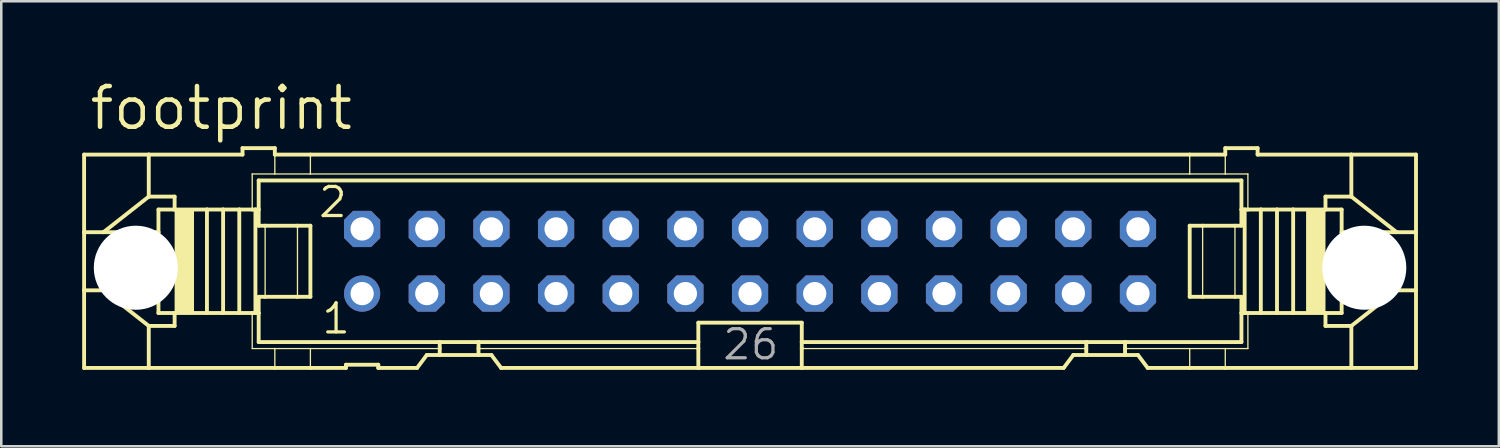
<source format=kicad_pcb>
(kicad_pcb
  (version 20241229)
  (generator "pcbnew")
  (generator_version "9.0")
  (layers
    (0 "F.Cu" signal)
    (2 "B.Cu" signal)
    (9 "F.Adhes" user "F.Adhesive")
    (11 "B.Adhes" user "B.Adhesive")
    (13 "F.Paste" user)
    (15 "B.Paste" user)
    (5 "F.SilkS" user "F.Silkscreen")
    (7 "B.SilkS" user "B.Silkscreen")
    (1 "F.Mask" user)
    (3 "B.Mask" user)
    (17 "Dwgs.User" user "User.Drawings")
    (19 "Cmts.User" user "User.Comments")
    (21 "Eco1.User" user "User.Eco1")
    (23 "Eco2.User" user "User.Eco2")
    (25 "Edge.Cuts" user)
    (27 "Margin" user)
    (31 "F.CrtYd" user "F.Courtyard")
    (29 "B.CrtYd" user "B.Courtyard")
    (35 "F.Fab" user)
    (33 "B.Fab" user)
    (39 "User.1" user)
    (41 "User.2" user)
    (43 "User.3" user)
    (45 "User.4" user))
  (footprint "footprint"
    (layer "F.Cu")
    (at 26.416 7.214)
    (property "Reference" "footprint" (at -26.035 -5.08 0) (layer "F.SilkS") (effects (font (size 1.6 1.6) (thickness 0.178)) (justify left bottom)))
    (fp_line (start -26.162 -4.191) (end -26.162 -1.143) (stroke (width 0.152) (type solid)) (layer "F.SilkS"))
    (fp_line (start -26.162 -4.191) (end -23.622 -4.191) (stroke (width 0.152) (type solid)) (layer "F.SilkS"))
    (fp_line (start -26.162 -1.143) (end -26.162 1.143) (stroke (width 0.152) (type solid)) (layer "F.SilkS"))
    (fp_line (start -26.162 -1.143) (end -25.4 -1.143) (stroke (width 0.152) (type solid)) (layer "F.SilkS"))
    (fp_line (start -26.162 1.143) (end -26.162 4.191) (stroke (width 0.152) (type solid)) (layer "F.SilkS"))
    (fp_line (start -26.162 1.143) (end -25.4 1.143) (stroke (width 0.152) (type solid)) (layer "F.SilkS"))
    (fp_line (start -25.4 -1.143) (end -23.241 -1.143) (stroke (width 0.152) (type solid)) (layer "F.SilkS"))
    (fp_line (start -25.4 1.143) (end -23.241 1.143) (stroke (width 0.152) (type solid)) (layer "F.SilkS"))
    (fp_line (start -23.622 -4.191) (end -23.622 -2.54) (stroke (width 0.152) (type solid)) (layer "F.SilkS"))
    (fp_line (start -23.622 -2.54) (end -25.4 -1.143) (stroke (width 0.152) (type solid)) (layer "F.SilkS"))
    (fp_line (start -23.622 2.54) (end -25.4 1.143) (stroke (width 0.152) (type solid)) (layer "F.SilkS"))
    (fp_line (start -23.622 2.54) (end -23.622 4.191) (stroke (width 0.152) (type solid)) (layer "F.SilkS"))
    (fp_line (start -23.622 4.191) (end -26.162 4.191) (stroke (width 0.152) (type solid)) (layer "F.SilkS"))
    (fp_line (start -23.241 -1.143) (end -23.241 -2.032) (stroke (width 0.152) (type solid)) (layer "F.SilkS"))
    (fp_line (start -23.241 1.143) (end -23.241 -1.143) (stroke (width 0.152) (type solid)) (layer "F.SilkS"))
    (fp_line (start -23.241 2.032) (end -23.241 1.143) (stroke (width 0.152) (type solid)) (layer "F.SilkS"))
    (fp_line (start -22.606 -2.54) (end -23.622 -2.54) (stroke (width 0.152) (type solid)) (layer "F.SilkS"))
    (fp_line (start -22.606 -2.54) (end -22.606 -2.032) (stroke (width 0.152) (type solid)) (layer "F.SilkS"))
    (fp_line (start -22.606 -2.032) (end -23.241 -2.032) (stroke (width 0.152) (type solid)) (layer "F.SilkS"))
    (fp_line (start -22.606 2.032) (end -23.241 2.032) (stroke (width 0.152) (type solid)) (layer "F.SilkS"))
    (fp_line (start -22.606 2.032) (end -22.606 2.54) (stroke (width 0.152) (type solid)) (layer "F.SilkS"))
    (fp_line (start -22.606 2.54) (end -23.622 2.54) (stroke (width 0.152) (type solid)) (layer "F.SilkS"))
    (fp_line (start -21.336 -2.032) (end -22.606 -2.032) (stroke (width 0.152) (type solid)) (layer "F.SilkS"))
    (fp_line (start -21.336 2.032) (end -22.606 2.032) (stroke (width 0.152) (type solid)) (layer "F.SilkS"))
    (fp_line (start -21.336 2.032) (end -21.336 -2.032) (stroke (width 0.152) (type solid)) (layer "F.SilkS"))
    (fp_line (start -20.701 -2.032) (end -21.336 -2.032) (stroke (width 0.152) (type solid)) (layer "F.SilkS"))
    (fp_line (start -20.701 2.032) (end -21.336 2.032) (stroke (width 0.152) (type solid)) (layer "F.SilkS"))
    (fp_line (start -20.701 2.032) (end -20.701 -2.032) (stroke (width 0.152) (type solid)) (layer "F.SilkS"))
    (fp_line (start -20.066 -2.032) (end -20.701 -2.032) (stroke (width 0.152) (type solid)) (layer "F.SilkS"))
    (fp_line (start -20.066 2.032) (end -20.701 2.032) (stroke (width 0.152) (type solid)) (layer "F.SilkS"))
    (fp_line (start -20.066 2.032) (end -20.066 -2.032) (stroke (width 0.152) (type solid)) (layer "F.SilkS"))
    (fp_line (start -19.939 -4.445) (end -19.939 -4.191) (stroke (width 0.152) (type solid)) (layer "F.SilkS"))
    (fp_line (start -19.939 -4.445) (end -18.669 -4.445) (stroke (width 0.152) (type solid)) (layer "F.SilkS"))
    (fp_line (start -19.939 -4.191) (end -23.622 -4.191) (stroke (width 0.152) (type solid)) (layer "F.SilkS"))
    (fp_line (start -19.558 -3.429) (end -19.558 -2.032) (stroke (width 0.051) (type solid)) (layer "F.SilkS"))
    (fp_line (start -19.558 -2.032) (end -20.066 -2.032) (stroke (width 0.152) (type solid)) (layer "F.SilkS"))
    (fp_line (start -19.558 2.032) (end -20.066 2.032) (stroke (width 0.152) (type solid)) (layer "F.SilkS"))
    (fp_line (start -19.558 3.429) (end -19.558 2.032) (stroke (width 0.051) (type solid)) (layer "F.SilkS"))
    (fp_line (start -19.431 -2.032) (end -19.558 -2.032) (stroke (width 0.152) (type solid)) (layer "F.SilkS"))
    (fp_line (start -19.431 2.032) (end -19.558 2.032) (stroke (width 0.152) (type solid)) (layer "F.SilkS"))
    (fp_line (start -19.431 2.032) (end -19.431 -2.032) (stroke (width 0.152) (type solid)) (layer "F.SilkS"))
    (fp_line (start -19.304 -3.175) (end 19.304 -3.175) (stroke (width 0.152) (type solid)) (layer "F.SilkS"))
    (fp_line (start -19.304 -2.032) (end -19.431 -2.032) (stroke (width 0.152) (type solid)) (layer "F.SilkS"))
    (fp_line (start -19.304 -2.032) (end -19.304 -3.175) (stroke (width 0.152) (type solid)) (layer "F.SilkS"))
    (fp_line (start -19.304 -1.397) (end -19.304 -2.032) (stroke (width 0.152) (type solid)) (layer "F.SilkS"))
    (fp_line (start -19.304 -1.397) (end -19.05 -1.397) (stroke (width 0.152) (type solid)) (layer "F.SilkS"))
    (fp_line (start -19.304 2.032) (end -19.431 2.032) (stroke (width 0.152) (type solid)) (layer "F.SilkS"))
    (fp_line (start -19.304 2.032) (end -19.304 1.397) (stroke (width 0.152) (type solid)) (layer "F.SilkS"))
    (fp_line (start -19.304 3.175) (end -19.304 2.032) (stroke (width 0.152) (type solid)) (layer "F.SilkS"))
    (fp_line (start -19.05 -1.397) (end -17.78 -1.397) (stroke (width 0.152) (type solid)) (layer "F.SilkS"))
    (fp_line (start -19.05 1.397) (end -19.304 1.397) (stroke (width 0.152) (type solid)) (layer "F.SilkS"))
    (fp_line (start -19.05 1.397) (end -19.05 -1.397) (stroke (width 0.051) (type solid)) (layer "F.SilkS"))
    (fp_line (start -18.669 -4.445) (end -18.669 -4.191) (stroke (width 0.152) (type solid)) (layer "F.SilkS"))
    (fp_line (start -18.669 -3.429) (end -19.558 -3.429) (stroke (width 0.051) (type solid)) (layer "F.SilkS"))
    (fp_line (start -18.669 -3.429) (end -18.669 -4.191) (stroke (width 0.051) (type solid)) (layer "F.SilkS"))
    (fp_line (start -18.669 -3.429) (end -17.272 -3.429) (stroke (width 0.051) (type solid)) (layer "F.SilkS"))
    (fp_line (start -18.669 3.429) (end -19.558 3.429) (stroke (width 0.051) (type solid)) (layer "F.SilkS"))
    (fp_line (start -18.669 4.191) (end -23.622 4.191) (stroke (width 0.152) (type solid)) (layer "F.SilkS"))
    (fp_line (start -18.669 4.191) (end -18.669 3.429) (stroke (width 0.051) (type solid)) (layer "F.SilkS"))
    (fp_line (start -17.78 -1.397) (end -17.272 -1.397) (stroke (width 0.152) (type solid)) (layer "F.SilkS"))
    (fp_line (start -17.78 1.397) (end -19.05 1.397) (stroke (width 0.152) (type solid)) (layer "F.SilkS"))
    (fp_line (start -17.78 1.397) (end -17.78 -1.397) (stroke (width 0.051) (type solid)) (layer "F.SilkS"))
    (fp_line (start -17.272 -4.191) (end -18.669 -4.191) (stroke (width 0.152) (type solid)) (layer "F.SilkS"))
    (fp_line (start -17.272 -4.191) (end 17.272 -4.191) (stroke (width 0.152) (type solid)) (layer "F.SilkS"))
    (fp_line (start -17.272 -3.429) (end -17.272 -4.191) (stroke (width 0.051) (type solid)) (layer "F.SilkS"))
    (fp_line (start -17.272 -3.429) (end 17.272 -3.429) (stroke (width 0.051) (type solid)) (layer "F.SilkS"))
    (fp_line (start -17.272 1.397) (end -17.78 1.397) (stroke (width 0.152) (type solid)) (layer "F.SilkS"))
    (fp_line (start -17.272 1.397) (end -17.272 -1.397) (stroke (width 0.152) (type solid)) (layer "F.SilkS"))
    (fp_line (start -17.272 3.429) (end -18.669 3.429) (stroke (width 0.051) (type solid)) (layer "F.SilkS"))
    (fp_line (start -17.272 4.191) (end -18.669 4.191) (stroke (width 0.152) (type solid)) (layer "F.SilkS"))
    (fp_line (start -17.272 4.191) (end -17.272 3.429) (stroke (width 0.051) (type solid)) (layer "F.SilkS"))
    (fp_line (start -15.875 4.191) (end -17.272 4.191) (stroke (width 0.152) (type solid)) (layer "F.SilkS"))
    (fp_line (start -15.875 4.191) (end -15.875 4.064) (stroke (width 0.152) (type solid)) (layer "F.SilkS"))
    (fp_line (start -14.605 4.064) (end -15.875 4.064) (stroke (width 0.152) (type solid)) (layer "F.SilkS"))
    (fp_line (start -14.605 4.064) (end -14.605 4.191) (stroke (width 0.152) (type solid)) (layer "F.SilkS"))
    (fp_line (start -13.081 4.191) (end -14.605 4.191) (stroke (width 0.152) (type solid)) (layer "F.SilkS"))
    (fp_line (start -13.081 4.191) (end -12.7 3.683) (stroke (width 0.152) (type solid)) (layer "F.SilkS"))
    (fp_line (start -12.192 3.175) (end -19.304 3.175) (stroke (width 0.152) (type solid)) (layer "F.SilkS"))
    (fp_line (start -12.192 3.175) (end -12.192 3.429) (stroke (width 0.152) (type solid)) (layer "F.SilkS"))
    (fp_line (start -12.192 3.429) (end -17.272 3.429) (stroke (width 0.051) (type solid)) (layer "F.SilkS"))
    (fp_line (start -12.192 3.429) (end -12.192 3.683) (stroke (width 0.152) (type solid)) (layer "F.SilkS"))
    (fp_line (start -12.192 3.683) (end -12.7 3.683) (stroke (width 0.152) (type solid)) (layer "F.SilkS"))
    (fp_line (start -10.668 3.175) (end -12.192 3.175) (stroke (width 0.152) (type solid)) (layer "F.SilkS"))
    (fp_line (start -10.668 3.175) (end -10.668 3.429) (stroke (width 0.152) (type solid)) (layer "F.SilkS"))
    (fp_line (start -10.668 3.429) (end -10.668 3.683) (stroke (width 0.152) (type solid)) (layer "F.SilkS"))
    (fp_line (start -10.668 3.683) (end -12.192 3.683) (stroke (width 0.152) (type solid)) (layer "F.SilkS"))
    (fp_line (start -10.16 3.683) (end -10.668 3.683) (stroke (width 0.152) (type solid)) (layer "F.SilkS"))
    (fp_line (start -10.16 3.683) (end -9.779 4.191) (stroke (width 0.152) (type solid)) (layer "F.SilkS"))
    (fp_line (start -2.032 3.175) (end -10.668 3.175) (stroke (width 0.152) (type solid)) (layer "F.SilkS"))
    (fp_line (start -2.032 3.175) (end -2.032 2.413) (stroke (width 0.152) (type solid)) (layer "F.SilkS"))
    (fp_line (start -2.032 3.175) (end -2.032 3.429) (stroke (width 0.152) (type solid)) (layer "F.SilkS"))
    (fp_line (start -2.032 3.429) (end -10.668 3.429) (stroke (width 0.051) (type solid)) (layer "F.SilkS"))
    (fp_line (start -2.032 3.429) (end -2.032 4.191) (stroke (width 0.152) (type solid)) (layer "F.SilkS"))
    (fp_line (start -2.032 4.191) (end -9.779 4.191) (stroke (width 0.152) (type solid)) (layer "F.SilkS"))
    (fp_line (start 2.032 2.413) (end -2.032 2.413) (stroke (width 0.152) (type solid)) (layer "F.SilkS"))
    (fp_line (start 2.032 2.413) (end 2.032 3.175) (stroke (width 0.152) (type solid)) (layer "F.SilkS"))
    (fp_line (start 2.032 3.175) (end 2.032 3.429) (stroke (width 0.152) (type solid)) (layer "F.SilkS"))
    (fp_line (start 2.032 3.429) (end 2.032 4.191) (stroke (width 0.152) (type solid)) (layer "F.SilkS"))
    (fp_line (start 2.032 4.191) (end -2.032 4.191) (stroke (width 0.152) (type solid)) (layer "F.SilkS"))
    (fp_line (start 12.319 4.191) (end 2.032 4.191) (stroke (width 0.152) (type solid)) (layer "F.SilkS"))
    (fp_line (start 12.319 4.191) (end 12.7 3.683) (stroke (width 0.152) (type solid)) (layer "F.SilkS"))
    (fp_line (start 13.208 3.175) (end 2.032 3.175) (stroke (width 0.152) (type solid)) (layer "F.SilkS"))
    (fp_line (start 13.208 3.175) (end 13.208 3.429) (stroke (width 0.152) (type solid)) (layer "F.SilkS"))
    (fp_line (start 13.208 3.429) (end 2.032 3.429) (stroke (width 0.051) (type solid)) (layer "F.SilkS"))
    (fp_line (start 13.208 3.429) (end 13.208 3.683) (stroke (width 0.152) (type solid)) (layer "F.SilkS"))
    (fp_line (start 13.208 3.683) (end 12.7 3.683) (stroke (width 0.152) (type solid)) (layer "F.SilkS"))
    (fp_line (start 14.732 3.175) (end 13.208 3.175) (stroke (width 0.152) (type solid)) (layer "F.SilkS"))
    (fp_line (start 14.732 3.175) (end 14.732 3.429) (stroke (width 0.152) (type solid)) (layer "F.SilkS"))
    (fp_line (start 14.732 3.429) (end 14.732 3.683) (stroke (width 0.152) (type solid)) (layer "F.SilkS"))
    (fp_line (start 14.732 3.429) (end 17.272 3.429) (stroke (width 0.051) (type solid)) (layer "F.SilkS"))
    (fp_line (start 14.732 3.683) (end 13.208 3.683) (stroke (width 0.152) (type solid)) (layer "F.SilkS"))
    (fp_line (start 15.24 3.683) (end 14.732 3.683) (stroke (width 0.152) (type solid)) (layer "F.SilkS"))
    (fp_line (start 15.24 3.683) (end 15.621 4.191) (stroke (width 0.152) (type solid)) (layer "F.SilkS"))
    (fp_line (start 17.272 -4.191) (end 17.272 -3.429) (stroke (width 0.051) (type solid)) (layer "F.SilkS"))
    (fp_line (start 17.272 -4.191) (end 18.669 -4.191) (stroke (width 0.152) (type solid)) (layer "F.SilkS"))
    (fp_line (start 17.272 -1.397) (end 17.272 1.397) (stroke (width 0.152) (type solid)) (layer "F.SilkS"))
    (fp_line (start 17.272 -1.397) (end 17.78 -1.397) (stroke (width 0.152) (type solid)) (layer "F.SilkS"))
    (fp_line (start 17.272 3.429) (end 17.272 4.191) (stroke (width 0.051) (type solid)) (layer "F.SilkS"))
    (fp_line (start 17.272 3.429) (end 18.669 3.429) (stroke (width 0.051) (type solid)) (layer "F.SilkS"))
    (fp_line (start 17.272 4.191) (end 15.621 4.191) (stroke (width 0.152) (type solid)) (layer "F.SilkS"))
    (fp_line (start 17.78 -1.397) (end 17.78 1.397) (stroke (width 0.051) (type solid)) (layer "F.SilkS"))
    (fp_line (start 17.78 -1.397) (end 19.05 -1.397) (stroke (width 0.152) (type solid)) (layer "F.SilkS"))
    (fp_line (start 17.78 1.397) (end 17.272 1.397) (stroke (width 0.152) (type solid)) (layer "F.SilkS"))
    (fp_line (start 18.669 -4.191) (end 18.669 -4.445) (stroke (width 0.152) (type solid)) (layer "F.SilkS"))
    (fp_line (start 18.669 -4.191) (end 18.669 -3.429) (stroke (width 0.051) (type solid)) (layer "F.SilkS"))
    (fp_line (start 18.669 -3.429) (end 17.272 -3.429) (stroke (width 0.051) (type solid)) (layer "F.SilkS"))
    (fp_line (start 18.669 -3.429) (end 19.558 -3.429) (stroke (width 0.051) (type solid)) (layer "F.SilkS"))
    (fp_line (start 18.669 3.429) (end 18.669 4.191) (stroke (width 0.051) (type solid)) (layer "F.SilkS"))
    (fp_line (start 18.669 3.429) (end 19.558 3.429) (stroke (width 0.051) (type solid)) (layer "F.SilkS"))
    (fp_line (start 18.669 4.191) (end 17.272 4.191) (stroke (width 0.152) (type solid)) (layer "F.SilkS"))
    (fp_line (start 19.05 -1.397) (end 19.05 1.397) (stroke (width 0.051) (type solid)) (layer "F.SilkS"))
    (fp_line (start 19.05 -1.397) (end 19.304 -1.397) (stroke (width 0.152) (type solid)) (layer "F.SilkS"))
    (fp_line (start 19.05 1.397) (end 17.78 1.397) (stroke (width 0.152) (type solid)) (layer "F.SilkS"))
    (fp_line (start 19.304 -3.175) (end 19.304 -2.032) (stroke (width 0.152) (type solid)) (layer "F.SilkS"))
    (fp_line (start 19.304 -2.032) (end 19.304 -1.397) (stroke (width 0.152) (type solid)) (layer "F.SilkS"))
    (fp_line (start 19.304 -2.032) (end 19.431 -2.032) (stroke (width 0.152) (type solid)) (layer "F.SilkS"))
    (fp_line (start 19.304 1.397) (end 19.05 1.397) (stroke (width 0.152) (type solid)) (layer "F.SilkS"))
    (fp_line (start 19.304 1.397) (end 19.304 2.032) (stroke (width 0.152) (type solid)) (layer "F.SilkS"))
    (fp_line (start 19.304 2.032) (end 19.304 3.175) (stroke (width 0.152) (type solid)) (layer "F.SilkS"))
    (fp_line (start 19.304 2.032) (end 19.431 2.032) (stroke (width 0.152) (type solid)) (layer "F.SilkS"))
    (fp_line (start 19.304 3.175) (end 14.732 3.175) (stroke (width 0.152) (type solid)) (layer "F.SilkS"))
    (fp_line (start 19.431 -2.032) (end 19.431 2.032) (stroke (width 0.152) (type solid)) (layer "F.SilkS"))
    (fp_line (start 19.431 -2.032) (end 19.558 -2.032) (stroke (width 0.152) (type solid)) (layer "F.SilkS"))
    (fp_line (start 19.431 2.032) (end 19.558 2.032) (stroke (width 0.152) (type solid)) (layer "F.SilkS"))
    (fp_line (start 19.558 -3.429) (end 19.558 -2.032) (stroke (width 0.051) (type solid)) (layer "F.SilkS"))
    (fp_line (start 19.558 -2.032) (end 20.066 -2.032) (stroke (width 0.152) (type solid)) (layer "F.SilkS"))
    (fp_line (start 19.558 2.032) (end 20.066 2.032) (stroke (width 0.152) (type solid)) (layer "F.SilkS"))
    (fp_line (start 19.558 3.429) (end 19.558 2.032) (stroke (width 0.051) (type solid)) (layer "F.SilkS"))
    (fp_line (start 19.939 -4.445) (end 18.669 -4.445) (stroke (width 0.152) (type solid)) (layer "F.SilkS"))
    (fp_line (start 19.939 -4.191) (end 19.939 -4.445) (stroke (width 0.152) (type solid)) (layer "F.SilkS"))
    (fp_line (start 19.939 -4.191) (end 23.622 -4.191) (stroke (width 0.152) (type solid)) (layer "F.SilkS"))
    (fp_line (start 20.066 -2.032) (end 20.066 2.032) (stroke (width 0.152) (type solid)) (layer "F.SilkS"))
    (fp_line (start 20.066 -2.032) (end 20.701 -2.032) (stroke (width 0.152) (type solid)) (layer "F.SilkS"))
    (fp_line (start 20.066 2.032) (end 20.701 2.032) (stroke (width 0.152) (type solid)) (layer "F.SilkS"))
    (fp_line (start 20.701 -2.032) (end 20.701 2.032) (stroke (width 0.152) (type solid)) (layer "F.SilkS"))
    (fp_line (start 20.701 -2.032) (end 21.336 -2.032) (stroke (width 0.152) (type solid)) (layer "F.SilkS"))
    (fp_line (start 20.701 2.032) (end 21.336 2.032) (stroke (width 0.152) (type solid)) (layer "F.SilkS"))
    (fp_line (start 21.336 -2.032) (end 21.336 2.032) (stroke (width 0.152) (type solid)) (layer "F.SilkS"))
    (fp_line (start 21.336 -2.032) (end 22.606 -2.032) (stroke (width 0.152) (type solid)) (layer "F.SilkS"))
    (fp_line (start 21.336 2.032) (end 22.606 2.032) (stroke (width 0.152) (type solid)) (layer "F.SilkS"))
    (fp_line (start 22.606 -2.54) (end 23.622 -2.54) (stroke (width 0.152) (type solid)) (layer "F.SilkS"))
    (fp_line (start 22.606 -2.032) (end 22.606 -2.54) (stroke (width 0.152) (type solid)) (layer "F.SilkS"))
    (fp_line (start 22.606 -2.032) (end 23.241 -2.032) (stroke (width 0.152) (type solid)) (layer "F.SilkS"))
    (fp_line (start 22.606 2.032) (end 23.241 2.032) (stroke (width 0.152) (type solid)) (layer "F.SilkS"))
    (fp_line (start 22.606 2.54) (end 22.606 2.032) (stroke (width 0.152) (type solid)) (layer "F.SilkS"))
    (fp_line (start 22.606 2.54) (end 23.622 2.54) (stroke (width 0.152) (type solid)) (layer "F.SilkS"))
    (fp_line (start 23.241 -2.032) (end 23.241 -1.143) (stroke (width 0.152) (type solid)) (layer "F.SilkS"))
    (fp_line (start 23.241 -1.143) (end 23.241 1.143) (stroke (width 0.152) (type solid)) (layer "F.SilkS"))
    (fp_line (start 23.241 1.143) (end 23.241 2.032) (stroke (width 0.152) (type solid)) (layer "F.SilkS"))
    (fp_line (start 23.622 -4.191) (end 26.162 -4.191) (stroke (width 0.152) (type solid)) (layer "F.SilkS"))
    (fp_line (start 23.622 -2.54) (end 23.622 -4.191) (stroke (width 0.152) (type solid)) (layer "F.SilkS"))
    (fp_line (start 23.622 -2.54) (end 25.4 -1.143) (stroke (width 0.152) (type solid)) (layer "F.SilkS"))
    (fp_line (start 23.622 2.54) (end 25.4 1.143) (stroke (width 0.152) (type solid)) (layer "F.SilkS"))
    (fp_line (start 23.622 4.191) (end 18.669 4.191) (stroke (width 0.152) (type solid)) (layer "F.SilkS"))
    (fp_line (start 23.622 4.191) (end 23.622 2.54) (stroke (width 0.152) (type solid)) (layer "F.SilkS"))
    (fp_line (start 25.4 -1.143) (end 23.241 -1.143) (stroke (width 0.152) (type solid)) (layer "F.SilkS"))
    (fp_line (start 25.4 1.143) (end 23.241 1.143) (stroke (width 0.152) (type solid)) (layer "F.SilkS"))
    (fp_line (start 26.162 -1.143) (end 25.4 -1.143) (stroke (width 0.152) (type solid)) (layer "F.SilkS"))
    (fp_line (start 26.162 -1.143) (end 26.162 -4.191) (stroke (width 0.152) (type solid)) (layer "F.SilkS"))
    (fp_line (start 26.162 1.143) (end 25.4 1.143) (stroke (width 0.152) (type solid)) (layer "F.SilkS"))
    (fp_line (start 26.162 1.143) (end 26.162 -1.143) (stroke (width 0.152) (type solid)) (layer "F.SilkS"))
    (fp_line (start 26.162 4.191) (end 23.622 4.191) (stroke (width 0.152) (type solid)) (layer "F.SilkS"))
    (fp_line (start 26.162 4.191) (end 26.162 1.143) (stroke (width 0.152) (type solid)) (layer "F.SilkS"))
    (fp_poly (pts (xy -22.606 2.032) (xy -21.844 2.032) (xy -21.844 -2.032) (xy -22.606 -2.032)) (stroke (width 0) (type solid)) (fill yes) (layer "F.SilkS"))
    (fp_poly (pts (xy 21.844 2.032) (xy 22.606 2.032) (xy 22.606 -2.032) (xy 21.844 -2.032)) (stroke (width 0) (type solid)) (fill yes) (layer "F.SilkS"))
    (fp_poly (pts (xy -25.4 0.381) (xy -23.622 0.381) (xy -23.622 -0.381) (xy -25.4 -0.381)) (stroke (width 0.1) (type solid)) (fill no) (layer "F.Fab"))
    (fp_poly (pts (xy -15.494 -1.016) (xy -14.986 -1.016) (xy -14.986 -1.524) (xy -15.494 -1.524)) (stroke (width 0.1) (type solid)) (fill no) (layer "F.Fab"))
    (fp_poly (pts (xy -15.494 1.524) (xy -14.986 1.524) (xy -14.986 1.016) (xy -15.494 1.016)) (stroke (width 0.1) (type solid)) (fill no) (layer "F.Fab"))
    (fp_poly (pts (xy -12.954 -1.016) (xy -12.446 -1.016) (xy -12.446 -1.524) (xy -12.954 -1.524)) (stroke (width 0.1) (type solid)) (fill no) (layer "F.Fab"))
    (fp_poly (pts (xy -12.954 1.524) (xy -12.446 1.524) (xy -12.446 1.016) (xy -12.954 1.016)) (stroke (width 0.1) (type solid)) (fill no) (layer "F.Fab"))
    (fp_poly (pts (xy -10.414 -1.016) (xy -9.906 -1.016) (xy -9.906 -1.524) (xy -10.414 -1.524)) (stroke (width 0.1) (type solid)) (fill no) (layer "F.Fab"))
    (fp_poly (pts (xy -10.414 1.524) (xy -9.906 1.524) (xy -9.906 1.016) (xy -10.414 1.016)) (stroke (width 0.1) (type solid)) (fill no) (layer "F.Fab"))
    (fp_poly (pts (xy -7.874 -1.016) (xy -7.366 -1.016) (xy -7.366 -1.524) (xy -7.874 -1.524)) (stroke (width 0.1) (type solid)) (fill no) (layer "F.Fab"))
    (fp_poly (pts (xy -7.874 1.524) (xy -7.366 1.524) (xy -7.366 1.016) (xy -7.874 1.016)) (stroke (width 0.1) (type solid)) (fill no) (layer "F.Fab"))
    (fp_poly (pts (xy -5.334 -1.016) (xy -4.826 -1.016) (xy -4.826 -1.524) (xy -5.334 -1.524)) (stroke (width 0.1) (type solid)) (fill no) (layer "F.Fab"))
    (fp_poly (pts (xy -5.334 1.524) (xy -4.826 1.524) (xy -4.826 1.016) (xy -5.334 1.016)) (stroke (width 0.1) (type solid)) (fill no) (layer "F.Fab"))
    (fp_poly (pts (xy -2.794 -1.016) (xy -2.286 -1.016) (xy -2.286 -1.524) (xy -2.794 -1.524)) (stroke (width 0.1) (type solid)) (fill no) (layer "F.Fab"))
    (fp_poly (pts (xy -2.794 1.524) (xy -2.286 1.524) (xy -2.286 1.016) (xy -2.794 1.016)) (stroke (width 0.1) (type solid)) (fill no) (layer "F.Fab"))
    (fp_poly (pts (xy -0.254 -1.016) (xy 0.254 -1.016) (xy 0.254 -1.524) (xy -0.254 -1.524)) (stroke (width 0.1) (type solid)) (fill no) (layer "F.Fab"))
    (fp_poly (pts (xy -0.254 1.524) (xy 0.254 1.524) (xy 0.254 1.016) (xy -0.254 1.016)) (stroke (width 0.1) (type solid)) (fill no) (layer "F.Fab"))
    (fp_poly (pts (xy 2.286 -1.016) (xy 2.794 -1.016) (xy 2.794 -1.524) (xy 2.286 -1.524)) (stroke (width 0.1) (type solid)) (fill no) (layer "F.Fab"))
    (fp_poly (pts (xy 2.286 1.524) (xy 2.794 1.524) (xy 2.794 1.016) (xy 2.286 1.016)) (stroke (width 0.1) (type solid)) (fill no) (layer "F.Fab"))
    (fp_poly (pts (xy 4.826 -1.016) (xy 5.334 -1.016) (xy 5.334 -1.524) (xy 4.826 -1.524)) (stroke (width 0.1) (type solid)) (fill no) (layer "F.Fab"))
    (fp_poly (pts (xy 4.826 1.524) (xy 5.334 1.524) (xy 5.334 1.016) (xy 4.826 1.016)) (stroke (width 0.1) (type solid)) (fill no) (layer "F.Fab"))
    (fp_poly (pts (xy 7.366 -1.016) (xy 7.874 -1.016) (xy 7.874 -1.524) (xy 7.366 -1.524)) (stroke (width 0.1) (type solid)) (fill no) (layer "F.Fab"))
    (fp_poly (pts (xy 7.366 1.524) (xy 7.874 1.524) (xy 7.874 1.016) (xy 7.366 1.016)) (stroke (width 0.1) (type solid)) (fill no) (layer "F.Fab"))
    (fp_poly (pts (xy 9.906 -1.016) (xy 10.414 -1.016) (xy 10.414 -1.524) (xy 9.906 -1.524)) (stroke (width 0.1) (type solid)) (fill no) (layer "F.Fab"))
    (fp_poly (pts (xy 9.906 1.524) (xy 10.414 1.524) (xy 10.414 1.016) (xy 9.906 1.016)) (stroke (width 0.1) (type solid)) (fill no) (layer "F.Fab"))
    (fp_poly (pts (xy 12.446 -1.016) (xy 12.954 -1.016) (xy 12.954 -1.524) (xy 12.446 -1.524)) (stroke (width 0.1) (type solid)) (fill no) (layer "F.Fab"))
    (fp_poly (pts (xy 12.446 1.524) (xy 12.954 1.524) (xy 12.954 1.016) (xy 12.446 1.016)) (stroke (width 0.1) (type solid)) (fill no) (layer "F.Fab"))
    (fp_poly (pts (xy 14.986 -1.016) (xy 15.494 -1.016) (xy 15.494 -1.524) (xy 14.986 -1.524)) (stroke (width 0.1) (type solid)) (fill no) (layer "F.Fab"))
    (fp_poly (pts (xy 14.986 1.524) (xy 15.494 1.524) (xy 15.494 1.016) (xy 14.986 1.016)) (stroke (width 0.1) (type solid)) (fill no) (layer "F.Fab"))
    (fp_poly (pts (xy 23.622 0.381) (xy 25.4 0.381) (xy 25.4 -0.381) (xy 23.622 -0.381)) (stroke (width 0.1) (type solid)) (fill no) (layer "F.Fab"))
    (fp_text user "2" (at -17.018 -1.651 0) (layer "F.SilkS") (effects (font (size 1.143 1.143) (thickness 0.127)) (justify left bottom)))
    (fp_text user "1" (at -16.891 2.921 0) (layer "F.SilkS") (effects (font (size 1.143 1.143) (thickness 0.127)) (justify left bottom)))
    (fp_text user "26" (at -1.143 3.937 0) (layer "F.Fab") (effects (font (size 1.143 1.143) (thickness 0.127)) (justify left bottom)))
    (pad "" np_thru_hole circle (at -24.13 0.254) (size 3.302 3.302) (drill 3.302) (layers "*.Cu" "*.Mask"))
    (pad "" np_thru_hole circle (at 24.13 0.254) (size 3.302 3.302) (drill 3.302) (layers "*.Cu" "*.Mask"))
    (pad "1" thru_hole circle (at -15.24 1.27) (size 1.422 1.422) (drill 0.914) (layers "*.Cu" "*.Mask"))
    (pad "2" thru_hole roundrect (at -15.24 -1.27) (size 1.422 1.422) (drill 0.914) (layers "*.Cu" "*.Mask") (roundrect_rratio 0.25) (chamfer_ratio 0.25) (chamfer top_left top_right bottom_left bottom_right))
    (pad "3" thru_hole roundrect (at -12.7 1.27) (size 1.422 1.422) (drill 0.914) (layers "*.Cu" "*.Mask") (roundrect_rratio 0.25) (chamfer_ratio 0.25) (chamfer top_left top_right bottom_left bottom_right))
    (pad "4" thru_hole roundrect (at -12.7 -1.27) (size 1.422 1.422) (drill 0.914) (layers "*.Cu" "*.Mask") (roundrect_rratio 0.25) (chamfer_ratio 0.25) (chamfer top_left top_right bottom_left bottom_right))
    (pad "5" thru_hole roundrect (at -10.16 1.27) (size 1.422 1.422) (drill 0.914) (layers "*.Cu" "*.Mask") (roundrect_rratio 0.25) (chamfer_ratio 0.25) (chamfer top_left top_right bottom_left bottom_right))
    (pad "6" thru_hole roundrect (at -10.16 -1.27) (size 1.422 1.422) (drill 0.914) (layers "*.Cu" "*.Mask") (roundrect_rratio 0.25) (chamfer_ratio 0.25) (chamfer top_left top_right bottom_left bottom_right))
    (pad "7" thru_hole roundrect (at -7.62 1.27) (size 1.422 1.422) (drill 0.914) (layers "*.Cu" "*.Mask") (roundrect_rratio 0.25) (chamfer_ratio 0.25) (chamfer top_left top_right bottom_left bottom_right))
    (pad "8" thru_hole roundrect (at -7.62 -1.27) (size 1.422 1.422) (drill 0.914) (layers "*.Cu" "*.Mask") (roundrect_rratio 0.25) (chamfer_ratio 0.25) (chamfer top_left top_right bottom_left bottom_right))
    (pad "9" thru_hole roundrect (at -5.08 1.27) (size 1.422 1.422) (drill 0.914) (layers "*.Cu" "*.Mask") (roundrect_rratio 0.25) (chamfer_ratio 0.25) (chamfer top_left top_right bottom_left bottom_right))
    (pad "10" thru_hole roundrect (at -5.08 -1.27) (size 1.422 1.422) (drill 0.914) (layers "*.Cu" "*.Mask") (roundrect_rratio 0.25) (chamfer_ratio 0.25) (chamfer top_left top_right bottom_left bottom_right))
    (pad "11" thru_hole roundrect (at -2.54 1.27) (size 1.422 1.422) (drill 0.914) (layers "*.Cu" "*.Mask") (roundrect_rratio 0.25) (chamfer_ratio 0.25) (chamfer top_left top_right bottom_left bottom_right))
    (pad "12" thru_hole roundrect (at -2.54 -1.27) (size 1.422 1.422) (drill 0.914) (layers "*.Cu" "*.Mask") (roundrect_rratio 0.25) (chamfer_ratio 0.25) (chamfer top_left top_right bottom_left bottom_right))
    (pad "13" thru_hole roundrect (at 0 1.27) (size 1.422 1.422) (drill 0.914) (layers "*.Cu" "*.Mask") (roundrect_rratio 0.25) (chamfer_ratio 0.25) (chamfer top_left top_right bottom_left bottom_right))
    (pad "14" thru_hole roundrect (at 0 -1.27) (size 1.422 1.422) (drill 0.914) (layers "*.Cu" "*.Mask") (roundrect_rratio 0.25) (chamfer_ratio 0.25) (chamfer top_left top_right bottom_left bottom_right))
    (pad "15" thru_hole roundrect (at 2.54 1.27) (size 1.422 1.422) (drill 0.914) (layers "*.Cu" "*.Mask") (roundrect_rratio 0.25) (chamfer_ratio 0.25) (chamfer top_left top_right bottom_left bottom_right))
    (pad "16" thru_hole roundrect (at 2.54 -1.27) (size 1.422 1.422) (drill 0.914) (layers "*.Cu" "*.Mask") (roundrect_rratio 0.25) (chamfer_ratio 0.25) (chamfer top_left top_right bottom_left bottom_right))
    (pad "17" thru_hole roundrect (at 5.08 1.27) (size 1.422 1.422) (drill 0.914) (layers "*.Cu" "*.Mask") (roundrect_rratio 0.25) (chamfer_ratio 0.25) (chamfer top_left top_right bottom_left bottom_right))
    (pad "18" thru_hole roundrect (at 5.08 -1.27) (size 1.422 1.422) (drill 0.914) (layers "*.Cu" "*.Mask") (roundrect_rratio 0.25) (chamfer_ratio 0.25) (chamfer top_left top_right bottom_left bottom_right))
    (pad "19" thru_hole roundrect (at 7.62 1.27) (size 1.422 1.422) (drill 0.914) (layers "*.Cu" "*.Mask") (roundrect_rratio 0.25) (chamfer_ratio 0.25) (chamfer top_left top_right bottom_left bottom_right))
    (pad "20" thru_hole roundrect (at 7.62 -1.27) (size 1.422 1.422) (drill 0.914) (layers "*.Cu" "*.Mask") (roundrect_rratio 0.25) (chamfer_ratio 0.25) (chamfer top_left top_right bottom_left bottom_right))
    (pad "21" thru_hole roundrect (at 10.16 1.27) (size 1.422 1.422) (drill 0.914) (layers "*.Cu" "*.Mask") (roundrect_rratio 0.25) (chamfer_ratio 0.25) (chamfer top_left top_right bottom_left bottom_right))
    (pad "22" thru_hole roundrect (at 10.16 -1.27) (size 1.422 1.422) (drill 0.914) (layers "*.Cu" "*.Mask") (roundrect_rratio 0.25) (chamfer_ratio 0.25) (chamfer top_left top_right bottom_left bottom_right))
    (pad "23" thru_hole roundrect (at 12.7 1.27) (size 1.422 1.422) (drill 0.914) (layers "*.Cu" "*.Mask") (roundrect_rratio 0.25) (chamfer_ratio 0.25) (chamfer top_left top_right bottom_left bottom_right))
    (pad "24" thru_hole roundrect (at 12.7 -1.27) (size 1.422 1.422) (drill 0.914) (layers "*.Cu" "*.Mask") (roundrect_rratio 0.25) (chamfer_ratio 0.25) (chamfer top_left top_right bottom_left bottom_right))
    (pad "25" thru_hole roundrect (at 15.24 1.27) (size 1.422 1.422) (drill 0.914) (layers "*.Cu" "*.Mask") (roundrect_rratio 0.25) (chamfer_ratio 0.25) (chamfer top_left top_right bottom_left bottom_right))
    (pad "26" thru_hole roundrect (at 15.24 -1.27) (size 1.422 1.422) (drill 0.914) (layers "*.Cu" "*.Mask") (roundrect_rratio 0.25) (chamfer_ratio 0.25) (chamfer top_left top_right bottom_left bottom_right))
    (zone (net_name "") (layers "F.Cu" "B.Cu") (hatch edge 0.508) (connect_pads) (min_thickness 0.254) (filled_areas_thickness no) (keepout (tracks allowed) (vias not_allowed) (pads allowed) (copperpour allowed) (footprints allowed)) (placement (enabled no)) (fill) (polygon (pts (xy 4.572 7.468) (xy 4.537 7.071) (xy 4.434 6.686) (xy 4.266 6.325) (xy 4.037 5.998) (xy 3.755 5.716) (xy 3.429 5.488) (xy 3.068 5.319) (xy 2.683 5.216) (xy 2.286 5.182) (xy 1.889 5.216) (xy 1.504 5.319) (xy 1.143 5.488) (xy 0.817 5.716) (xy 0.535 5.998) (xy 0.306 6.325) (xy 0.138 6.686) (xy 0.035 7.071) (xy 0 7.468) (xy 0.035 7.865) (xy 0.138 8.249) (xy 0.306 8.611) (xy 0.535 8.937) (xy 0.817 9.219) (xy 1.143 9.447) (xy 1.504 9.616) (xy 1.889 9.719) (xy 2.286 9.754) (xy 2.683 9.719) (xy 3.068 9.616) (xy 3.429 9.447) (xy 3.755 9.219) (xy 4.037 8.937) (xy 4.266 8.611) (xy 4.434 8.249) (xy 4.537 7.865))))
    (zone (net_name "") (layers "F.Cu" "B.Cu") (hatch edge 0.508) (connect_pads) (min_thickness 0.254) (filled_areas_thickness no) (keepout (tracks allowed) (vias not_allowed) (pads allowed) (copperpour allowed) (footprints allowed)) (placement (enabled no)) (fill) (polygon (pts (xy 52.832 7.468) (xy 52.797 7.071) (xy 52.694 6.686) (xy 52.526 6.325) (xy 52.297 5.998) (xy 52.015 5.716) (xy 51.689 5.488) (xy 51.328 5.319) (xy 50.943 5.216) (xy 50.546 5.182) (xy 50.149 5.216) (xy 49.764 5.319) (xy 49.403 5.488) (xy 49.077 5.716) (xy 48.795 5.998) (xy 48.566 6.325) (xy 48.398 6.686) (xy 48.295 7.071) (xy 48.26 7.468) (xy 48.295 7.865) (xy 48.398 8.249) (xy 48.566 8.611) (xy 48.795 8.937) (xy 49.077 9.219) (xy 49.403 9.447) (xy 49.764 9.616) (xy 50.149 9.719) (xy 50.546 9.754) (xy 50.943 9.719) (xy 51.328 9.616) (xy 51.689 9.447) (xy 52.015 9.219) (xy 52.297 8.937) (xy 52.526 8.611) (xy 52.694 8.249) (xy 52.797 7.865))))
    (zone (net_name "") (layer "B.Cu") (hatch edge 0.508) (connect_pads) (min_thickness 0.254) (filled_areas_thickness no) (keepout (tracks not_allowed) (vias not_allowed) (pads not_allowed) (copperpour not_allowed) (footprints allowed)) (placement (enabled no)) (fill) (polygon (pts (xy 4.572 7.468) (xy 4.537 7.071) (xy 4.434 6.686) (xy 4.266 6.325) (xy 4.037 5.998) (xy 3.755 5.716) (xy 3.429 5.488) (xy 3.068 5.319) (xy 2.683 5.216) (xy 2.286 5.182) (xy 1.889 5.216) (xy 1.504 5.319) (xy 1.143 5.488) (xy 0.817 5.716) (xy 0.535 5.998) (xy 0.306 6.325) (xy 0.138 6.686) (xy 0.035 7.071) (xy 0 7.468) (xy 0.035 7.865) (xy 0.138 8.249) (xy 0.306 8.611) (xy 0.535 8.937) (xy 0.817 9.219) (xy 1.143 9.447) (xy 1.504 9.616) (xy 1.889 9.719) (xy 2.286 9.754) (xy 2.683 9.719) (xy 3.068 9.616) (xy 3.429 9.447) (xy 3.755 9.219) (xy 4.037 8.937) (xy 4.266 8.611) (xy 4.434 8.249) (xy 4.537 7.865))))
    (zone (net_name "") (layer "B.Cu") (hatch edge 0.508) (connect_pads) (min_thickness 0.254) (filled_areas_thickness no) (keepout (tracks not_allowed) (vias not_allowed) (pads not_allowed) (copperpour not_allowed) (footprints allowed)) (placement (enabled no)) (fill) (polygon (pts (xy 52.832 7.468) (xy 52.797 7.071) (xy 52.694 6.686) (xy 52.526 6.325) (xy 52.297 5.998) (xy 52.015 5.716) (xy 51.689 5.488) (xy 51.328 5.319) (xy 50.943 5.216) (xy 50.546 5.182) (xy 50.149 5.216) (xy 49.764 5.319) (xy 49.403 5.488) (xy 49.077 5.716) (xy 48.795 5.998) (xy 48.566 6.325) (xy 48.398 6.686) (xy 48.295 7.071) (xy 48.26 7.468) (xy 48.295 7.865) (xy 48.398 8.249) (xy 48.566 8.611) (xy 48.795 8.937) (xy 49.077 9.219) (xy 49.403 9.447) (xy 49.764 9.616) (xy 50.149 9.719) (xy 50.546 9.754) (xy 50.943 9.719) (xy 51.328 9.616) (xy 51.689 9.447) (xy 52.015 9.219) (xy 52.297 8.937) (xy 52.526 8.611) (xy 52.694 8.249) (xy 52.797 7.865)))))
  (gr_rect
    (start -3 -3)
    (end 55.832 14.481)
    (stroke (width 0.1) (type default))
    (fill no)
    (layer "Edge.Cuts")))
</source>
